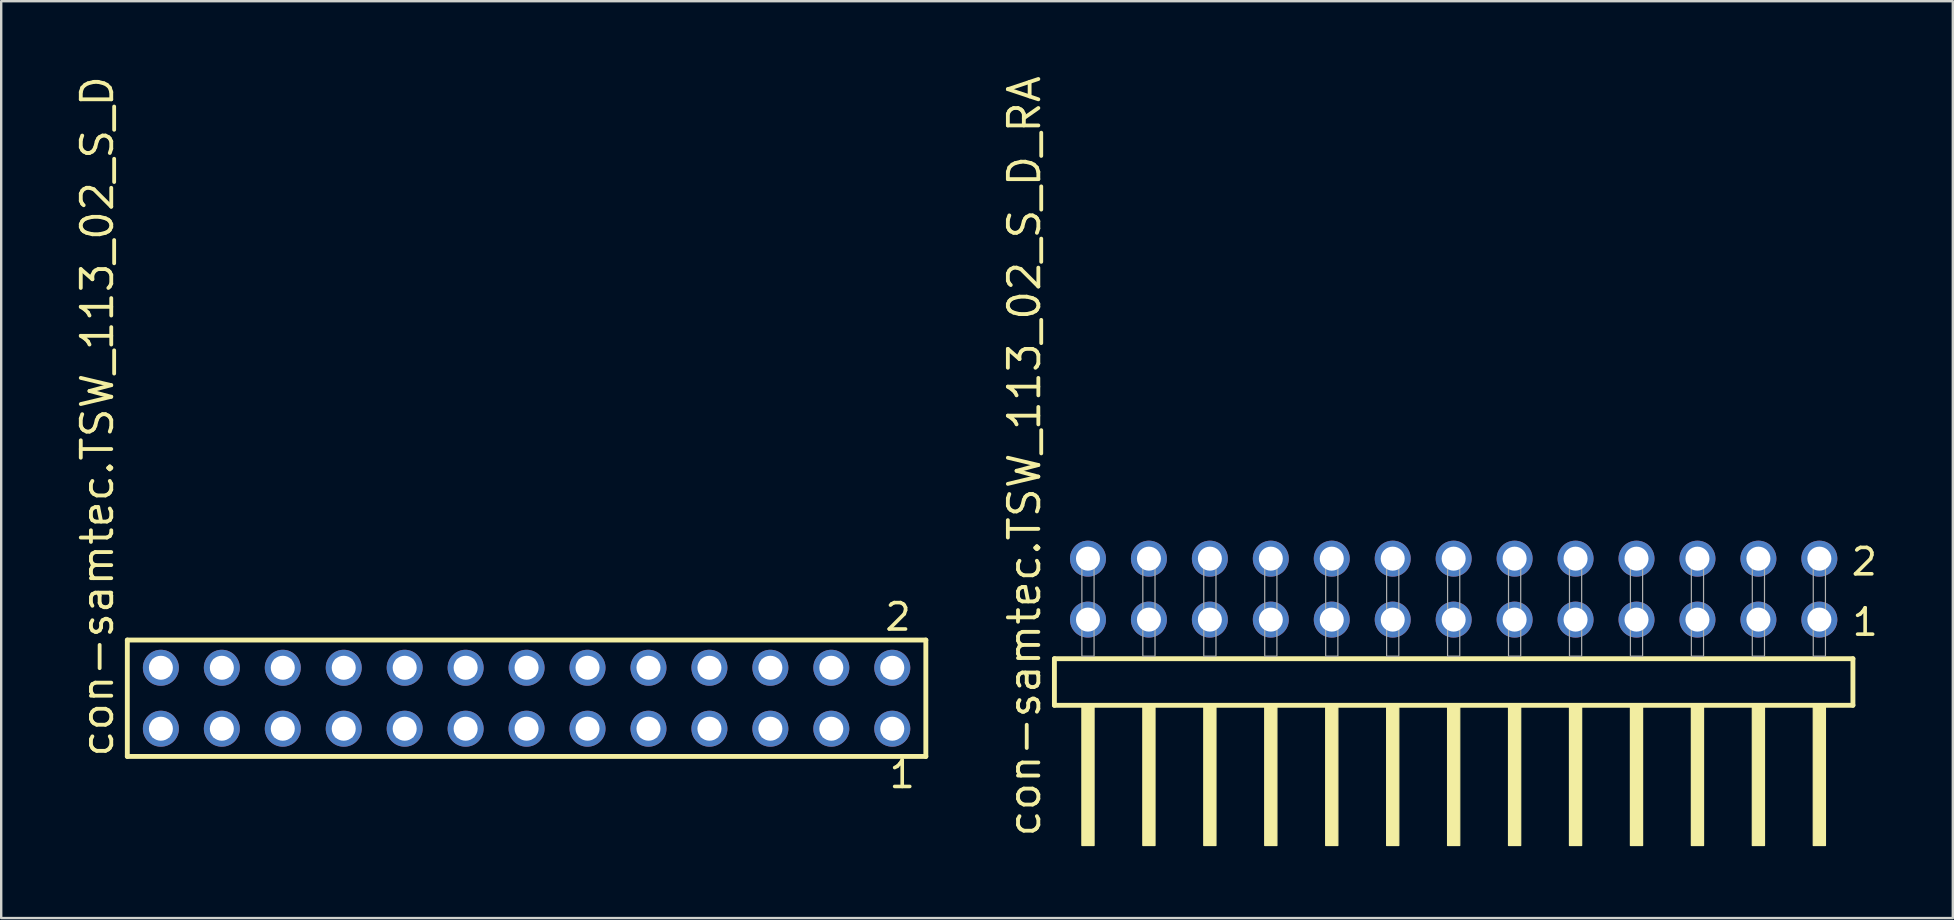
<source format=kicad_pcb>
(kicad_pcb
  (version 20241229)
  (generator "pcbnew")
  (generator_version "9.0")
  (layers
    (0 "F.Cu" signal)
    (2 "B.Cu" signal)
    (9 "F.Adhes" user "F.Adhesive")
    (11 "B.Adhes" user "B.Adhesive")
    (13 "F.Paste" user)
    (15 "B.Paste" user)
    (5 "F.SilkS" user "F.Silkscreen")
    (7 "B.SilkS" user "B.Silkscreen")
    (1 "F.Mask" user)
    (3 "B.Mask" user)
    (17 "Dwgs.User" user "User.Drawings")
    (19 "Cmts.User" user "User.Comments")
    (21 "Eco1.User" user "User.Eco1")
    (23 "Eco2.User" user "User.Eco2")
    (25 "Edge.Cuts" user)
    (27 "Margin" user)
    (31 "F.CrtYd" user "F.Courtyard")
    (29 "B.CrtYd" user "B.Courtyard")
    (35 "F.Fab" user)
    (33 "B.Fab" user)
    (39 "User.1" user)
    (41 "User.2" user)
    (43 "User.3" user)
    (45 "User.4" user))
  (footprint "con-samtec.TSW_113_02_S_D"
    (layer "F.Cu")
    (at 18.895 26.049)
    (property "Reference" "con-samtec.TSW_113_02_S_D" (at -17.145 2.54 90) (layer "F.SilkS") (effects (font (size 1.27 1.27) (thickness 0.16)) (justify left bottom)))
    (attr through_hole)
    (fp_line (start -16.639 -2.425) (end 16.639 -2.425) (stroke (width 0.203) (type default)) (layer "F.SilkS"))
    (fp_line (start -16.639 2.425) (end -16.639 -2.425) (stroke (width 0.203) (type default)) (layer "F.SilkS"))
    (fp_line (start 16.639 -2.425) (end 16.639 2.425) (stroke (width 0.203) (type default)) (layer "F.SilkS"))
    (fp_line (start 16.639 2.425) (end -16.639 2.425) (stroke (width 0.203) (type default)) (layer "F.SilkS"))
    (fp_rect (start -15.59 -0.92) (end -14.89 -1.62) (stroke (width 0.05) (type default)) (fill no) (layer "F.Fab"))
    (fp_rect (start -15.59 1.62) (end -14.89 0.92) (stroke (width 0.05) (type default)) (fill no) (layer "F.Fab"))
    (fp_rect (start -13.05 -0.92) (end -12.35 -1.62) (stroke (width 0.05) (type default)) (fill no) (layer "F.Fab"))
    (fp_rect (start -13.05 1.62) (end -12.35 0.92) (stroke (width 0.05) (type default)) (fill no) (layer "F.Fab"))
    (fp_rect (start -10.51 -0.92) (end -9.81 -1.62) (stroke (width 0.05) (type default)) (fill no) (layer "F.Fab"))
    (fp_rect (start -10.51 1.62) (end -9.81 0.92) (stroke (width 0.05) (type default)) (fill no) (layer "F.Fab"))
    (fp_rect (start -7.97 -0.92) (end -7.27 -1.62) (stroke (width 0.05) (type default)) (fill no) (layer "F.Fab"))
    (fp_rect (start -7.97 1.62) (end -7.27 0.92) (stroke (width 0.05) (type default)) (fill no) (layer "F.Fab"))
    (fp_rect (start -5.43 -0.92) (end -4.73 -1.62) (stroke (width 0.05) (type default)) (fill no) (layer "F.Fab"))
    (fp_rect (start -5.43 1.62) (end -4.73 0.92) (stroke (width 0.05) (type default)) (fill no) (layer "F.Fab"))
    (fp_rect (start -2.89 -0.92) (end -2.19 -1.62) (stroke (width 0.05) (type default)) (fill no) (layer "F.Fab"))
    (fp_rect (start -2.89 1.62) (end -2.19 0.92) (stroke (width 0.05) (type default)) (fill no) (layer "F.Fab"))
    (fp_rect (start -0.35 -0.92) (end 0.35 -1.62) (stroke (width 0.05) (type default)) (fill no) (layer "F.Fab"))
    (fp_rect (start -0.35 1.62) (end 0.35 0.92) (stroke (width 0.05) (type default)) (fill no) (layer "F.Fab"))
    (fp_rect (start 2.19 -0.92) (end 2.89 -1.62) (stroke (width 0.05) (type default)) (fill no) (layer "F.Fab"))
    (fp_rect (start 2.19 1.62) (end 2.89 0.92) (stroke (width 0.05) (type default)) (fill no) (layer "F.Fab"))
    (fp_rect (start 4.73 -0.92) (end 5.43 -1.62) (stroke (width 0.05) (type default)) (fill no) (layer "F.Fab"))
    (fp_rect (start 4.73 1.62) (end 5.43 0.92) (stroke (width 0.05) (type default)) (fill no) (layer "F.Fab"))
    (fp_rect (start 7.27 -0.92) (end 7.97 -1.62) (stroke (width 0.05) (type default)) (fill no) (layer "F.Fab"))
    (fp_rect (start 7.27 1.62) (end 7.97 0.92) (stroke (width 0.05) (type default)) (fill no) (layer "F.Fab"))
    (fp_rect (start 9.81 -0.92) (end 10.51 -1.62) (stroke (width 0.05) (type default)) (fill no) (layer "F.Fab"))
    (fp_rect (start 9.81 1.62) (end 10.51 0.92) (stroke (width 0.05) (type default)) (fill no) (layer "F.Fab"))
    (fp_rect (start 12.35 -0.92) (end 13.05 -1.62) (stroke (width 0.05) (type default)) (fill no) (layer "F.Fab"))
    (fp_rect (start 12.35 1.62) (end 13.05 0.92) (stroke (width 0.05) (type default)) (fill no) (layer "F.Fab"))
    (fp_rect (start 14.89 -0.92) (end 15.59 -1.62) (stroke (width 0.05) (type default)) (fill no) (layer "F.Fab"))
    (fp_rect (start 14.89 1.62) (end 15.59 0.92) (stroke (width 0.05) (type default)) (fill no) (layer "F.Fab"))
    (fp_text user "2" (at 14.857 -2.744 0) (layer "F.SilkS") (effects (font (size 1.1 1.1) (thickness 0.15)) (justify left bottom)))
    (fp_text user "1" (at 15.032 3.818 0) (layer "F.SilkS") (effects (font (size 1.1 1.1) (thickness 0.15)) (justify left bottom)))
    (pad "1" thru_hole circle (at 15.24 1.27 180) (size 1.5 1.5) (drill 1) (layers "*.Cu" "*.Mask"))
    (pad "2" thru_hole circle (at 15.24 -1.27 180) (size 1.5 1.5) (drill 1) (layers "*.Cu" "*.Mask"))
    (pad "3" thru_hole circle (at 12.7 1.27 180) (size 1.5 1.5) (drill 1) (layers "*.Cu" "*.Mask"))
    (pad "4" thru_hole circle (at 12.7 -1.27 180) (size 1.5 1.5) (drill 1) (layers "*.Cu" "*.Mask"))
    (pad "5" thru_hole circle (at 10.16 1.27 180) (size 1.5 1.5) (drill 1) (layers "*.Cu" "*.Mask"))
    (pad "6" thru_hole circle (at 10.16 -1.27 180) (size 1.5 1.5) (drill 1) (layers "*.Cu" "*.Mask"))
    (pad "7" thru_hole circle (at 7.62 1.27 180) (size 1.5 1.5) (drill 1) (layers "*.Cu" "*.Mask"))
    (pad "8" thru_hole circle (at 7.62 -1.27 180) (size 1.5 1.5) (drill 1) (layers "*.Cu" "*.Mask"))
    (pad "9" thru_hole circle (at 5.08 1.27 180) (size 1.5 1.5) (drill 1) (layers "*.Cu" "*.Mask"))
    (pad "10" thru_hole circle (at 5.08 -1.27 180) (size 1.5 1.5) (drill 1) (layers "*.Cu" "*.Mask"))
    (pad "11" thru_hole circle (at 2.54 1.27 180) (size 1.5 1.5) (drill 1) (layers "*.Cu" "*.Mask"))
    (pad "12" thru_hole circle (at 2.54 -1.27 180) (size 1.5 1.5) (drill 1) (layers "*.Cu" "*.Mask"))
    (pad "13" thru_hole circle (at 0 1.27 180) (size 1.5 1.5) (drill 1) (layers "*.Cu" "*.Mask"))
    (pad "14" thru_hole circle (at 0 -1.27 180) (size 1.5 1.5) (drill 1) (layers "*.Cu" "*.Mask"))
    (pad "15" thru_hole circle (at -2.54 1.27 180) (size 1.5 1.5) (drill 1) (layers "*.Cu" "*.Mask"))
    (pad "16" thru_hole circle (at -2.54 -1.27 180) (size 1.5 1.5) (drill 1) (layers "*.Cu" "*.Mask"))
    (pad "17" thru_hole circle (at -5.08 1.27 180) (size 1.5 1.5) (drill 1) (layers "*.Cu" "*.Mask"))
    (pad "18" thru_hole circle (at -5.08 -1.27 180) (size 1.5 1.5) (drill 1) (layers "*.Cu" "*.Mask"))
    (pad "19" thru_hole circle (at -7.62 1.27 180) (size 1.5 1.5) (drill 1) (layers "*.Cu" "*.Mask"))
    (pad "20" thru_hole circle (at -7.62 -1.27 180) (size 1.5 1.5) (drill 1) (layers "*.Cu" "*.Mask"))
    (pad "21" thru_hole circle (at -10.16 1.27 180) (size 1.5 1.5) (drill 1) (layers "*.Cu" "*.Mask"))
    (pad "22" thru_hole circle (at -10.16 -1.27 180) (size 1.5 1.5) (drill 1) (layers "*.Cu" "*.Mask"))
    (pad "23" thru_hole circle (at -12.7 1.27 180) (size 1.5 1.5) (drill 1) (layers "*.Cu" "*.Mask"))
    (pad "24" thru_hole circle (at -12.7 -1.27 180) (size 1.5 1.5) (drill 1) (layers "*.Cu" "*.Mask"))
    (pad "25" thru_hole circle (at -15.24 1.27 180) (size 1.5 1.5) (drill 1) (layers "*.Cu" "*.Mask"))
    (pad "26" thru_hole circle (at -15.24 -1.27 180) (size 1.5 1.5) (drill 1) (layers "*.Cu" "*.Mask")))
  (footprint "con-samtec.TSW_113_02_S_D_RA"
    (layer "F.Cu")
    (at 57.531 24.296)
    (property "Reference" "con-samtec.TSW_113_02_S_D_RA" (at -17.145 7.62 90) (layer "F.SilkS") (effects (font (size 1.27 1.27) (thickness 0.16)) (justify left bottom)))
    (attr through_hole)
    (fp_line (start -16.639 0.106) (end -16.639 2.046) (stroke (width 0.203) (type default)) (layer "F.SilkS"))
    (fp_line (start -16.639 2.046) (end 16.639 2.046) (stroke (width 0.203) (type default)) (layer "F.SilkS"))
    (fp_line (start 16.639 0.106) (end -16.639 0.106) (stroke (width 0.203) (type default)) (layer "F.SilkS"))
    (fp_line (start 16.639 2.046) (end 16.639 0.106) (stroke (width 0.203) (type default)) (layer "F.SilkS"))
    (fp_rect (start -15.494 7.89) (end -14.986 2.04) (stroke (width 0.05) (type default)) (fill yes) (layer "F.SilkS"))
    (fp_rect (start -12.954 7.89) (end -12.446 2.04) (stroke (width 0.05) (type default)) (fill yes) (layer "F.SilkS"))
    (fp_rect (start -10.414 7.89) (end -9.906 2.04) (stroke (width 0.05) (type default)) (fill yes) (layer "F.SilkS"))
    (fp_rect (start -7.874 7.89) (end -7.366 2.04) (stroke (width 0.05) (type default)) (fill yes) (layer "F.SilkS"))
    (fp_rect (start -5.334 7.89) (end -4.826 2.04) (stroke (width 0.05) (type default)) (fill yes) (layer "F.SilkS"))
    (fp_rect (start -2.794 7.89) (end -2.286 2.04) (stroke (width 0.05) (type default)) (fill yes) (layer "F.SilkS"))
    (fp_rect (start -0.254 7.89) (end 0.254 2.04) (stroke (width 0.05) (type default)) (fill yes) (layer "F.SilkS"))
    (fp_rect (start 2.286 7.89) (end 2.794 2.04) (stroke (width 0.05) (type default)) (fill yes) (layer "F.SilkS"))
    (fp_rect (start 4.826 7.89) (end 5.334 2.04) (stroke (width 0.05) (type default)) (fill yes) (layer "F.SilkS"))
    (fp_rect (start 7.366 7.89) (end 7.874 2.04) (stroke (width 0.05) (type default)) (fill yes) (layer "F.SilkS"))
    (fp_rect (start 9.906 7.89) (end 10.414 2.04) (stroke (width 0.05) (type default)) (fill yes) (layer "F.SilkS"))
    (fp_rect (start 12.446 7.89) (end 12.954 2.04) (stroke (width 0.05) (type default)) (fill yes) (layer "F.SilkS"))
    (fp_rect (start 14.986 7.89) (end 15.494 2.04) (stroke (width 0.05) (type default)) (fill yes) (layer "F.SilkS"))
    (fp_rect (start -15.494 0) (end -14.986 -4.318) (stroke (width 0.05) (type default)) (fill no) (layer "F.Fab"))
    (fp_rect (start -12.954 0) (end -12.446 -4.318) (stroke (width 0.05) (type default)) (fill no) (layer "F.Fab"))
    (fp_rect (start -10.414 0) (end -9.906 -4.318) (stroke (width 0.05) (type default)) (fill no) (layer "F.Fab"))
    (fp_rect (start -7.874 0) (end -7.366 -4.318) (stroke (width 0.05) (type default)) (fill no) (layer "F.Fab"))
    (fp_rect (start -5.334 0) (end -4.826 -4.318) (stroke (width 0.05) (type default)) (fill no) (layer "F.Fab"))
    (fp_rect (start -2.794 0) (end -2.286 -4.318) (stroke (width 0.05) (type default)) (fill no) (layer "F.Fab"))
    (fp_rect (start -0.254 0) (end 0.254 -4.318) (stroke (width 0.05) (type default)) (fill no) (layer "F.Fab"))
    (fp_rect (start 2.286 0) (end 2.794 -4.318) (stroke (width 0.05) (type default)) (fill no) (layer "F.Fab"))
    (fp_rect (start 4.826 0) (end 5.334 -4.318) (stroke (width 0.05) (type default)) (fill no) (layer "F.Fab"))
    (fp_rect (start 7.366 0) (end 7.874 -4.318) (stroke (width 0.05) (type default)) (fill no) (layer "F.Fab"))
    (fp_rect (start 9.906 0) (end 10.414 -4.318) (stroke (width 0.05) (type default)) (fill no) (layer "F.Fab"))
    (fp_rect (start 12.446 0) (end 12.954 -4.318) (stroke (width 0.05) (type default)) (fill no) (layer "F.Fab"))
    (fp_rect (start 14.986 0) (end 15.494 -4.318) (stroke (width 0.05) (type default)) (fill no) (layer "F.Fab"))
    (fp_text user "2" (at 16.49 -3.29 0) (layer "F.SilkS") (effects (font (size 1.1 1.1) (thickness 0.15)) (justify left bottom)))
    (fp_text user "1" (at 16.525 -0.775 0) (layer "F.SilkS") (effects (font (size 1.1 1.1) (thickness 0.15)) (justify left bottom)))
    (pad "1" thru_hole circle (at 15.24 -1.524 180) (size 1.5 1.5) (drill 1) (layers "*.Cu" "*.Mask"))
    (pad "2" thru_hole circle (at 15.24 -4.064 180) (size 1.5 1.5) (drill 1) (layers "*.Cu" "*.Mask"))
    (pad "3" thru_hole circle (at 12.7 -1.524 180) (size 1.5 1.5) (drill 1) (layers "*.Cu" "*.Mask"))
    (pad "4" thru_hole circle (at 12.7 -4.064 180) (size 1.5 1.5) (drill 1) (layers "*.Cu" "*.Mask"))
    (pad "5" thru_hole circle (at 10.16 -1.524 180) (size 1.5 1.5) (drill 1) (layers "*.Cu" "*.Mask"))
    (pad "6" thru_hole circle (at 10.16 -4.064 180) (size 1.5 1.5) (drill 1) (layers "*.Cu" "*.Mask"))
    (pad "7" thru_hole circle (at 7.62 -1.524 180) (size 1.5 1.5) (drill 1) (layers "*.Cu" "*.Mask"))
    (pad "8" thru_hole circle (at 7.62 -4.064 180) (size 1.5 1.5) (drill 1) (layers "*.Cu" "*.Mask"))
    (pad "9" thru_hole circle (at 5.08 -1.524 180) (size 1.5 1.5) (drill 1) (layers "*.Cu" "*.Mask"))
    (pad "10" thru_hole circle (at 5.08 -4.064 180) (size 1.5 1.5) (drill 1) (layers "*.Cu" "*.Mask"))
    (pad "11" thru_hole circle (at 2.54 -1.524 180) (size 1.5 1.5) (drill 1) (layers "*.Cu" "*.Mask"))
    (pad "12" thru_hole circle (at 2.54 -4.064 180) (size 1.5 1.5) (drill 1) (layers "*.Cu" "*.Mask"))
    (pad "13" thru_hole circle (at 0 -1.524 180) (size 1.5 1.5) (drill 1) (layers "*.Cu" "*.Mask"))
    (pad "14" thru_hole circle (at 0 -4.064 180) (size 1.5 1.5) (drill 1) (layers "*.Cu" "*.Mask"))
    (pad "15" thru_hole circle (at -2.54 -1.524 180) (size 1.5 1.5) (drill 1) (layers "*.Cu" "*.Mask"))
    (pad "16" thru_hole circle (at -2.54 -4.064 180) (size 1.5 1.5) (drill 1) (layers "*.Cu" "*.Mask"))
    (pad "17" thru_hole circle (at -5.08 -1.524 180) (size 1.5 1.5) (drill 1) (layers "*.Cu" "*.Mask"))
    (pad "18" thru_hole circle (at -5.08 -4.064 180) (size 1.5 1.5) (drill 1) (layers "*.Cu" "*.Mask"))
    (pad "19" thru_hole circle (at -7.62 -1.524 180) (size 1.5 1.5) (drill 1) (layers "*.Cu" "*.Mask"))
    (pad "20" thru_hole circle (at -7.62 -4.064 180) (size 1.5 1.5) (drill 1) (layers "*.Cu" "*.Mask"))
    (pad "21" thru_hole circle (at -10.16 -1.524 180) (size 1.5 1.5) (drill 1) (layers "*.Cu" "*.Mask"))
    (pad "22" thru_hole circle (at -10.16 -4.064 180) (size 1.5 1.5) (drill 1) (layers "*.Cu" "*.Mask"))
    (pad "23" thru_hole circle (at -12.7 -1.524 180) (size 1.5 1.5) (drill 1) (layers "*.Cu" "*.Mask"))
    (pad "24" thru_hole circle (at -12.7 -4.064 180) (size 1.5 1.5) (drill 1) (layers "*.Cu" "*.Mask"))
    (pad "25" thru_hole circle (at -15.24 -1.524 180) (size 1.5 1.5) (drill 1) (layers "*.Cu" "*.Mask"))
    (pad "26" thru_hole circle (at -15.24 -4.064 180) (size 1.5 1.5) (drill 1) (layers "*.Cu" "*.Mask")))
  (gr_rect
    (start -3 -3)
    (end 78.333 35.211)
    (stroke (width 0.1) (type default))
    (fill no)
    (layer "Edge.Cuts")))
</source>
